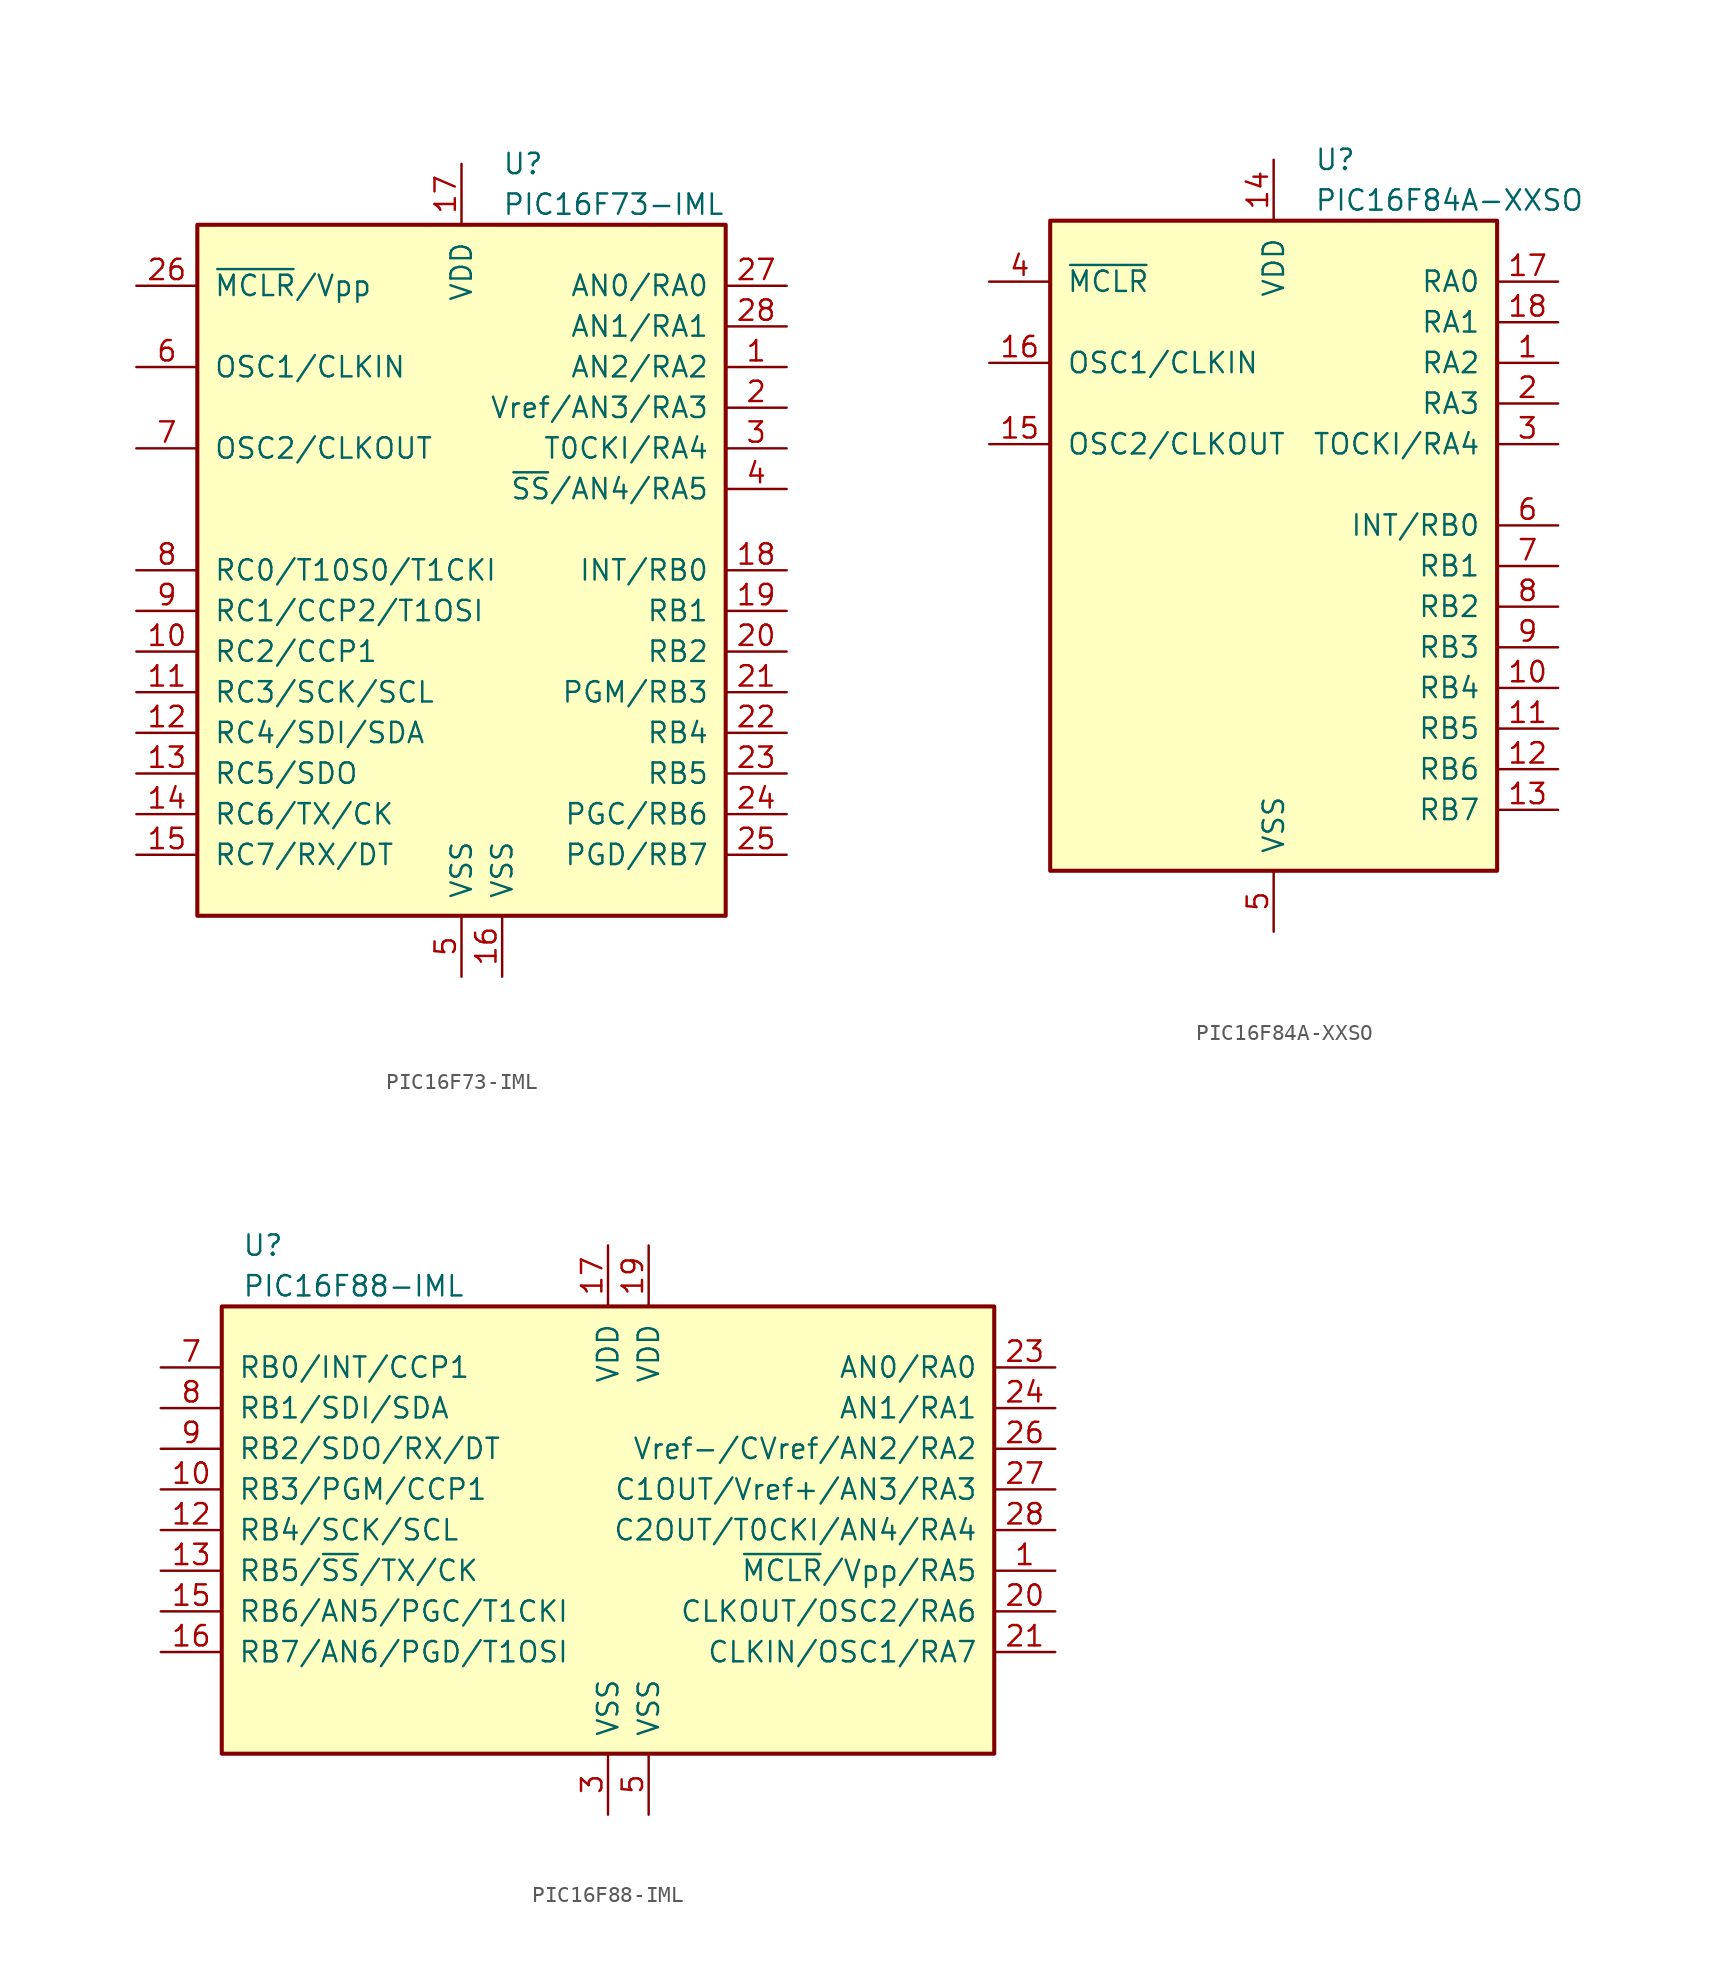
<source format=kicad_sym>
(kicad_symbol_lib
  (version 20241209)
  (generator "kicad_symbol_editor")
  (generator_version "9.0")
  (symbol "PIC16F73-IML"
    (pin_names
      (offset 1.016))
    (property "Reference" "U"
      (at 2.54 25.4 0)
      (effects (font (size 1.27 1.27)) (justify left)))
    (property "Value" "PIC16F73-IML"
      (at 2.54 22.86 0)
      (effects (font (size 1.27 1.27)) (justify left)))
    (symbol "PIC16F73-IML_0_1"
      (rectangle (start -16.51 -21.59) (end 16.51 21.59) (stroke (width 0.254) (type default)) (fill (type background))))
    (symbol "PIC16F73-IML_1_1"
      (pin input line (at -20.32 17.78 0) (length 3.81) (name "~{MCLR}/Vpp" (effects (font (size 1.27 1.27)))) (number "26" (effects (font (size 1.27 1.27)))))
      (pin input line (at -20.32 12.7 0) (length 3.81) (name "OSC1/CLKIN" (effects (font (size 1.27 1.27)))) (number "6" (effects (font (size 1.27 1.27)))))
      (pin output line (at -20.32 7.62 0) (length 3.81) (name "OSC2/CLKOUT" (effects (font (size 1.27 1.27)))) (number "7" (effects (font (size 1.27 1.27)))))
      (pin bidirectional line (at -20.32 0 0) (length 3.81) (name "RC0/T10S0/T1CKI" (effects (font (size 1.27 1.27)))) (number "8" (effects (font (size 1.27 1.27)))))
      (pin bidirectional line (at -20.32 -2.54 0) (length 3.81) (name "RC1/CCP2/T1OSI" (effects (font (size 1.27 1.27)))) (number "9" (effects (font (size 1.27 1.27)))))
      (pin bidirectional line (at -20.32 -5.08 0) (length 3.81) (name "RC2/CCP1" (effects (font (size 1.27 1.27)))) (number "10" (effects (font (size 1.27 1.27)))))
      (pin bidirectional line (at -20.32 -7.62 0) (length 3.81) (name "RC3/SCK/SCL" (effects (font (size 1.27 1.27)))) (number "11" (effects (font (size 1.27 1.27)))))
      (pin bidirectional line (at -20.32 -10.16 0) (length 3.81) (name "RC4/SDI/SDA" (effects (font (size 1.27 1.27)))) (number "12" (effects (font (size 1.27 1.27)))))
      (pin bidirectional line (at -20.32 -12.7 0) (length 3.81) (name "RC5/SDO" (effects (font (size 1.27 1.27)))) (number "13" (effects (font (size 1.27 1.27)))))
      (pin bidirectional line (at -20.32 -15.24 0) (length 3.81) (name "RC6/TX/CK" (effects (font (size 1.27 1.27)))) (number "14" (effects (font (size 1.27 1.27)))))
      (pin bidirectional line (at -20.32 -17.78 0) (length 3.81) (name "RC7/RX/DT" (effects (font (size 1.27 1.27)))) (number "15" (effects (font (size 1.27 1.27)))))
      (pin power_in line (at 0 25.4 270) (length 3.81) (name "VDD" (effects (font (size 1.27 1.27)))) (number "17" (effects (font (size 1.27 1.27)))))
      (pin power_in line (at 0 -25.4 90) (length 3.81) (name "VSS" (effects (font (size 1.27 1.27)))) (number "5" (effects (font (size 1.27 1.27)))))
      (pin power_in line (at 2.54 -25.4 90) (length 3.81) (name "VSS" (effects (font (size 1.27 1.27)))) (number "16" (effects (font (size 1.27 1.27)))))
      (pin bidirectional line (at 20.32 17.78 180) (length 3.81) (name "AN0/RA0" (effects (font (size 1.27 1.27)))) (number "27" (effects (font (size 1.27 1.27)))))
      (pin bidirectional line (at 20.32 15.24 180) (length 3.81) (name "AN1/RA1" (effects (font (size 1.27 1.27)))) (number "28" (effects (font (size 1.27 1.27)))))
      (pin bidirectional line (at 20.32 12.7 180) (length 3.81) (name "AN2/RA2" (effects (font (size 1.27 1.27)))) (number "1" (effects (font (size 1.27 1.27)))))
      (pin bidirectional line (at 20.32 10.16 180) (length 3.81) (name "Vref/AN3/RA3" (effects (font (size 1.27 1.27)))) (number "2" (effects (font (size 1.27 1.27)))))
      (pin bidirectional line (at 20.32 7.62 180) (length 3.81) (name "T0CKI/RA4" (effects (font (size 1.27 1.27)))) (number "3" (effects (font (size 1.27 1.27)))))
      (pin bidirectional line (at 20.32 5.08 180) (length 3.81) (name "~{SS}/AN4/RA5" (effects (font (size 1.27 1.27)))) (number "4" (effects (font (size 1.27 1.27)))))
      (pin bidirectional line (at 20.32 0 180) (length 3.81) (name "INT/RB0" (effects (font (size 1.27 1.27)))) (number "18" (effects (font (size 1.27 1.27)))))
      (pin bidirectional line (at 20.32 -2.54 180) (length 3.81) (name "RB1" (effects (font (size 1.27 1.27)))) (number "19" (effects (font (size 1.27 1.27)))))
      (pin bidirectional line (at 20.32 -5.08 180) (length 3.81) (name "RB2" (effects (font (size 1.27 1.27)))) (number "20" (effects (font (size 1.27 1.27)))))
      (pin bidirectional line (at 20.32 -7.62 180) (length 3.81) (name "PGM/RB3" (effects (font (size 1.27 1.27)))) (number "21" (effects (font (size 1.27 1.27)))))
      (pin bidirectional line (at 20.32 -10.16 180) (length 3.81) (name "RB4" (effects (font (size 1.27 1.27)))) (number "22" (effects (font (size 1.27 1.27)))))
      (pin bidirectional line (at 20.32 -12.7 180) (length 3.81) (name "RB5" (effects (font (size 1.27 1.27)))) (number "23" (effects (font (size 1.27 1.27)))))
      (pin bidirectional line (at 20.32 -15.24 180) (length 3.81) (name "PGC/RB6" (effects (font (size 1.27 1.27)))) (number "24" (effects (font (size 1.27 1.27)))))
      (pin bidirectional line (at 20.32 -17.78 180) (length 3.81) (name "PGD/RB7" (effects (font (size 1.27 1.27)))) (number "25" (effects (font (size 1.27 1.27)))))))
  (symbol "PIC16F84A-XXSO"
    (pin_names
      (offset 1.016))
    (property "Reference" "U"
      (at 2.54 22.86 0)
      (effects (font (size 1.27 1.27)) (justify left)))
    (property "Value" "PIC16F84A-XXSO"
      (at 2.54 20.32 0)
      (effects (font (size 1.27 1.27)) (justify left)))
    (symbol "PIC16F84A-XXSO_0_1"
      (rectangle (start -13.97 19.05) (end 13.97 -21.59) (stroke (width 0.254) (type default)) (fill (type background))))
    (symbol "PIC16F84A-XXSO_1_1"
      (pin input line (at -17.78 15.24 0) (length 3.81) (name "~{MCLR}" (effects (font (size 1.27 1.27)))) (number "4" (effects (font (size 1.27 1.27)))))
      (pin input line (at -17.78 10.16 0) (length 3.81) (name "OSC1/CLKIN" (effects (font (size 1.27 1.27)))) (number "16" (effects (font (size 1.27 1.27)))))
      (pin output line (at -17.78 5.08 0) (length 3.81) (name "OSC2/CLKOUT" (effects (font (size 1.27 1.27)))) (number "15" (effects (font (size 1.27 1.27)))))
      (pin power_in line (at 0 22.86 270) (length 3.81) (name "VDD" (effects (font (size 1.27 1.27)))) (number "14" (effects (font (size 1.27 1.27)))))
      (pin power_in line (at 0 -25.4 90) (length 3.81) (name "VSS" (effects (font (size 1.27 1.27)))) (number "5" (effects (font (size 1.27 1.27)))))
      (pin bidirectional line (at 17.78 15.24 180) (length 3.81) (name "RA0" (effects (font (size 1.27 1.27)))) (number "17" (effects (font (size 1.27 1.27)))))
      (pin bidirectional line (at 17.78 12.7 180) (length 3.81) (name "RA1" (effects (font (size 1.27 1.27)))) (number "18" (effects (font (size 1.27 1.27)))))
      (pin bidirectional line (at 17.78 10.16 180) (length 3.81) (name "RA2" (effects (font (size 1.27 1.27)))) (number "1" (effects (font (size 1.27 1.27)))))
      (pin bidirectional line (at 17.78 7.62 180) (length 3.81) (name "RA3" (effects (font (size 1.27 1.27)))) (number "2" (effects (font (size 1.27 1.27)))))
      (pin bidirectional line (at 17.78 5.08 180) (length 3.81) (name "TOCKI/RA4" (effects (font (size 1.27 1.27)))) (number "3" (effects (font (size 1.27 1.27)))))
      (pin bidirectional line (at 17.78 0 180) (length 3.81) (name "INT/RB0" (effects (font (size 1.27 1.27)))) (number "6" (effects (font (size 1.27 1.27)))))
      (pin bidirectional line (at 17.78 -2.54 180) (length 3.81) (name "RB1" (effects (font (size 1.27 1.27)))) (number "7" (effects (font (size 1.27 1.27)))))
      (pin bidirectional line (at 17.78 -5.08 180) (length 3.81) (name "RB2" (effects (font (size 1.27 1.27)))) (number "8" (effects (font (size 1.27 1.27)))))
      (pin bidirectional line (at 17.78 -7.62 180) (length 3.81) (name "RB3" (effects (font (size 1.27 1.27)))) (number "9" (effects (font (size 1.27 1.27)))))
      (pin bidirectional line (at 17.78 -10.16 180) (length 3.81) (name "RB4" (effects (font (size 1.27 1.27)))) (number "10" (effects (font (size 1.27 1.27)))))
      (pin bidirectional line (at 17.78 -12.7 180) (length 3.81) (name "RB5" (effects (font (size 1.27 1.27)))) (number "11" (effects (font (size 1.27 1.27)))))
      (pin bidirectional line (at 17.78 -15.24 180) (length 3.81) (name "RB6" (effects (font (size 1.27 1.27)))) (number "12" (effects (font (size 1.27 1.27)))))
      (pin bidirectional line (at 17.78 -17.78 180) (length 3.81) (name "RB7" (effects (font (size 1.27 1.27)))) (number "13" (effects (font (size 1.27 1.27)))))))
  (symbol "PIC16F88-IML"
    (pin_names
      (offset 1.016))
    (property "Reference" "U"
      (at -22.86 17.78 0)
      (effects (font (size 1.27 1.27)) (justify left)))
    (property "Value" "PIC16F88-IML"
      (at -22.86 15.24 0)
      (effects (font (size 1.27 1.27)) (justify left)))
    (symbol "PIC16F88-IML_0_1"
      (rectangle (start 24.13 13.97) (end -24.13 -13.97) (stroke (width 0.254) (type default)) (fill (type background))))
    (symbol "PIC16F88-IML_1_1"
      (pin bidirectional line (at -27.94 10.16 0) (length 3.81) (name "RB0/INT/CCP1" (effects (font (size 1.27 1.27)))) (number "7" (effects (font (size 1.27 1.27)))))
      (pin bidirectional line (at -27.94 7.62 0) (length 3.81) (name "RB1/SDI/SDA" (effects (font (size 1.27 1.27)))) (number "8" (effects (font (size 1.27 1.27)))))
      (pin bidirectional line (at -27.94 5.08 0) (length 3.81) (name "RB2/SDO/RX/DT" (effects (font (size 1.27 1.27)))) (number "9" (effects (font (size 1.27 1.27)))))
      (pin bidirectional line (at -27.94 2.54 0) (length 3.81) (name "RB3/PGM/CCP1" (effects (font (size 1.27 1.27)))) (number "10" (effects (font (size 1.27 1.27)))))
      (pin bidirectional line (at -27.94 0 0) (length 3.81) (name "RB4/SCK/SCL" (effects (font (size 1.27 1.27)))) (number "12" (effects (font (size 1.27 1.27)))))
      (pin bidirectional line (at -27.94 -2.54 0) (length 3.81) (name "RB5/~{SS}/TX/CK" (effects (font (size 1.27 1.27)))) (number "13" (effects (font (size 1.27 1.27)))))
      (pin bidirectional line (at -27.94 -5.08 0) (length 3.81) (name "RB6/AN5/PGC/T1CKI" (effects (font (size 1.27 1.27)))) (number "15" (effects (font (size 1.27 1.27)))))
      (pin bidirectional line (at -27.94 -7.62 0) (length 3.81) (name "RB7/AN6/PGD/T1OSI" (effects (font (size 1.27 1.27)))) (number "16" (effects (font (size 1.27 1.27)))))
      (pin power_in line (at 0 17.78 270) (length 3.81) (name "VDD" (effects (font (size 1.27 1.27)))) (number "17" (effects (font (size 1.27 1.27)))))
      (pin power_in line (at 0 -17.78 90) (length 3.81) (name "VSS" (effects (font (size 1.27 1.27)))) (number "3" (effects (font (size 1.27 1.27)))))
      (pin power_in line (at 2.54 17.78 270) (length 3.81) (name "VDD" (effects (font (size 1.27 1.27)))) (number "19" (effects (font (size 1.27 1.27)))))
      (pin power_in line (at 2.54 -17.78 90) (length 3.81) (name "VSS" (effects (font (size 1.27 1.27)))) (number "5" (effects (font (size 1.27 1.27)))))
      (pin bidirectional line (at 27.94 10.16 180) (length 3.81) (name "AN0/RA0" (effects (font (size 1.27 1.27)))) (number "23" (effects (font (size 1.27 1.27)))))
      (pin bidirectional line (at 27.94 7.62 180) (length 3.81) (name "AN1/RA1" (effects (font (size 1.27 1.27)))) (number "24" (effects (font (size 1.27 1.27)))))
      (pin bidirectional line (at 27.94 5.08 180) (length 3.81) (name "Vref-/CVref/AN2/RA2" (effects (font (size 1.27 1.27)))) (number "26" (effects (font (size 1.27 1.27)))))
      (pin bidirectional line (at 27.94 2.54 180) (length 3.81) (name "C1OUT/Vref+/AN3/RA3" (effects (font (size 1.27 1.27)))) (number "27" (effects (font (size 1.27 1.27)))))
      (pin bidirectional line (at 27.94 0 180) (length 3.81) (name "C2OUT/T0CKI/AN4/RA4" (effects (font (size 1.27 1.27)))) (number "28" (effects (font (size 1.27 1.27)))))
      (pin input line (at 27.94 -2.54 180) (length 3.81) (name "~{MCLR}/Vpp/RA5" (effects (font (size 1.27 1.27)))) (number "1" (effects (font (size 1.27 1.27)))))
      (pin bidirectional line (at 27.94 -5.08 180) (length 3.81) (name "CLKOUT/OSC2/RA6" (effects (font (size 1.27 1.27)))) (number "20" (effects (font (size 1.27 1.27)))))
      (pin bidirectional line (at 27.94 -7.62 180) (length 3.81) (name "CLKIN/OSC1/RA7" (effects (font (size 1.27 1.27)))) (number "21" (effects (font (size 1.27 1.27))))))))
</source>
